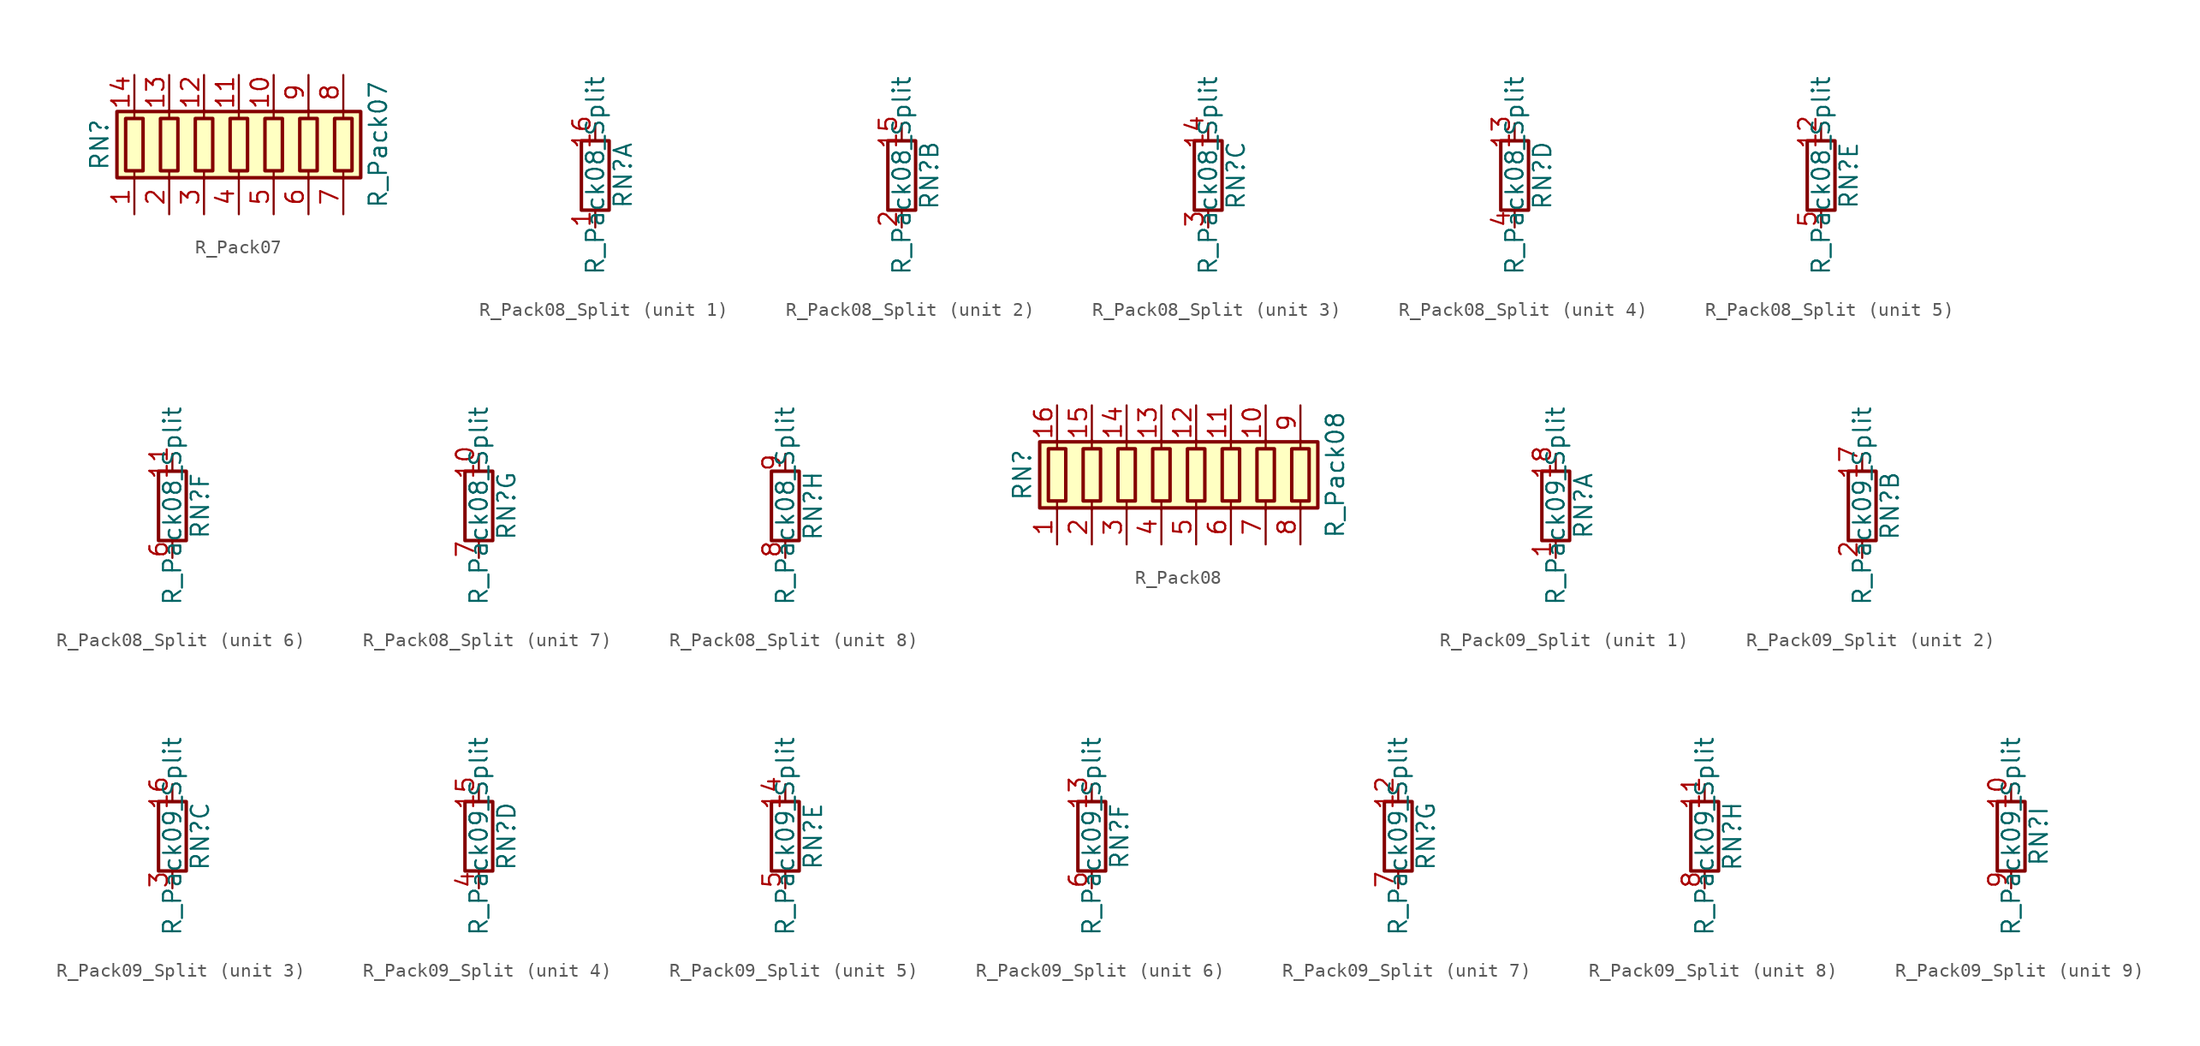
<source format=kicad_sym>
(kicad_symbol_lib
  (version 20241209)
  (generator "kicad_symbol_editor")
  (generator_version "9.0")
  (symbol "R_Pack07"
    (pin_names
      (offset 0)
      (hide yes))
    (property "Reference" "RN"
      (at -10.16 0 90)
      (effects (font (size 1.27 1.27))))
    (property "Value" "R_Pack07"
      (at 10.16 0 90)
      (effects (font (size 1.27 1.27))))
    (symbol "R_Pack07_0_1"
      (rectangle (start -8.89 -2.413) (end 8.89 2.413) (stroke (width 0.254) (type solid)) (fill (type background)))
      (rectangle (start -8.255 1.905) (end -6.985 -1.905) (stroke (width 0.254) (type solid)) (fill (type none)))
      (polyline (pts (xy -7.62 1.905) (xy -7.62 2.54)) (stroke (width 0) (type solid)) (fill (type none)))
      (polyline (pts (xy -7.62 -2.54) (xy -7.62 -1.905)) (stroke (width 0) (type solid)) (fill (type none)))
      (rectangle (start -5.715 1.905) (end -4.445 -1.905) (stroke (width 0.254) (type solid)) (fill (type none)))
      (polyline (pts (xy -5.08 1.905) (xy -5.08 2.54)) (stroke (width 0) (type solid)) (fill (type none)))
      (polyline (pts (xy -5.08 -2.54) (xy -5.08 -1.905)) (stroke (width 0) (type solid)) (fill (type none)))
      (rectangle (start -3.175 1.905) (end -1.905 -1.905) (stroke (width 0.254) (type solid)) (fill (type none)))
      (polyline (pts (xy -2.54 1.905) (xy -2.54 2.54)) (stroke (width 0) (type solid)) (fill (type none)))
      (polyline (pts (xy -2.54 -2.54) (xy -2.54 -1.905)) (stroke (width 0) (type solid)) (fill (type none)))
      (rectangle (start -0.635 1.905) (end 0.635 -1.905) (stroke (width 0.254) (type solid)) (fill (type none)))
      (polyline (pts (xy 0 1.905) (xy 0 2.54)) (stroke (width 0) (type solid)) (fill (type none)))
      (polyline (pts (xy 0 -2.54) (xy 0 -1.905)) (stroke (width 0) (type solid)) (fill (type none)))
      (rectangle (start 1.905 1.905) (end 3.175 -1.905) (stroke (width 0.254) (type solid)) (fill (type none)))
      (polyline (pts (xy 2.54 1.905) (xy 2.54 2.54)) (stroke (width 0) (type solid)) (fill (type none)))
      (polyline (pts (xy 2.54 -2.54) (xy 2.54 -1.905)) (stroke (width 0) (type solid)) (fill (type none)))
      (rectangle (start 4.445 1.905) (end 5.715 -1.905) (stroke (width 0.254) (type solid)) (fill (type none)))
      (polyline (pts (xy 5.08 1.905) (xy 5.08 2.54)) (stroke (width 0) (type solid)) (fill (type none)))
      (polyline (pts (xy 5.08 -2.54) (xy 5.08 -1.905)) (stroke (width 0) (type solid)) (fill (type none)))
      (rectangle (start 6.985 1.905) (end 8.255 -1.905) (stroke (width 0.254) (type solid)) (fill (type none)))
      (polyline (pts (xy 7.62 1.905) (xy 7.62 2.54)) (stroke (width 0) (type solid)) (fill (type none)))
      (polyline (pts (xy 7.62 -2.54) (xy 7.62 -1.905)) (stroke (width 0) (type solid)) (fill (type none))))
    (symbol "R_Pack07_1_1"
      (pin passive line (at -7.62 5.08 270) (length 2.54) (name "R1.2" (effects (font (size 1.27 1.27)))) (number "14" (effects (font (size 1.27 1.27)))))
      (pin passive line (at -7.62 -5.08 90) (length 2.54) (name "R1.1" (effects (font (size 1.27 1.27)))) (number "1" (effects (font (size 1.27 1.27)))))
      (pin passive line (at -5.08 5.08 270) (length 2.54) (name "R2.2" (effects (font (size 1.27 1.27)))) (number "13" (effects (font (size 1.27 1.27)))))
      (pin passive line (at -5.08 -5.08 90) (length 2.54) (name "R2.1" (effects (font (size 1.27 1.27)))) (number "2" (effects (font (size 1.27 1.27)))))
      (pin passive line (at -2.54 5.08 270) (length 2.54) (name "R3.2" (effects (font (size 1.27 1.27)))) (number "12" (effects (font (size 1.27 1.27)))))
      (pin passive line (at -2.54 -5.08 90) (length 2.54) (name "R3.1" (effects (font (size 1.27 1.27)))) (number "3" (effects (font (size 1.27 1.27)))))
      (pin passive line (at 0 5.08 270) (length 2.54) (name "R4.2" (effects (font (size 1.27 1.27)))) (number "11" (effects (font (size 1.27 1.27)))))
      (pin passive line (at 0 -5.08 90) (length 2.54) (name "R4.1" (effects (font (size 1.27 1.27)))) (number "4" (effects (font (size 1.27 1.27)))))
      (pin passive line (at 2.54 5.08 270) (length 2.54) (name "R5.2" (effects (font (size 1.27 1.27)))) (number "10" (effects (font (size 1.27 1.27)))))
      (pin passive line (at 2.54 -5.08 90) (length 2.54) (name "R5.1" (effects (font (size 1.27 1.27)))) (number "5" (effects (font (size 1.27 1.27)))))
      (pin passive line (at 5.08 5.08 270) (length 2.54) (name "R6.2" (effects (font (size 1.27 1.27)))) (number "9" (effects (font (size 1.27 1.27)))))
      (pin passive line (at 5.08 -5.08 90) (length 2.54) (name "R6.1" (effects (font (size 1.27 1.27)))) (number "6" (effects (font (size 1.27 1.27)))))
      (pin passive line (at 7.62 5.08 270) (length 2.54) (name "R7.2" (effects (font (size 1.27 1.27)))) (number "8" (effects (font (size 1.27 1.27)))))
      (pin passive line (at 7.62 -5.08 90) (length 2.54) (name "R7.1" (effects (font (size 1.27 1.27)))) (number "7" (effects (font (size 1.27 1.27)))))))
  (symbol "R_Pack08_Split"
    (pin_names
      (offset 0)
      (hide yes))
    (property "Reference" "RN"
      (at 2.032 0 90)
      (effects (font (size 1.27 1.27))))
    (property "Value" "R_Pack08_Split"
      (at 0 0 90)
      (effects (font (size 1.27 1.27))))
    (symbol "R_Pack08_Split_0_1"
      (rectangle (start 1.016 2.54) (end -1.016 -2.54) (stroke (width 0.254) (type solid)) (fill (type none))))
    (symbol "R_Pack08_Split_1_1"
      (pin passive line (at 0 3.81 270) (length 1.27) (name "R1.2" (effects (font (size 1.27 1.27)))) (number "16" (effects (font (size 1.27 1.27)))))
      (pin passive line (at 0 -3.81 90) (length 1.27) (name "R1.1" (effects (font (size 1.27 1.27)))) (number "1" (effects (font (size 1.27 1.27))))))
    (symbol "R_Pack08_Split_2_1"
      (pin passive line (at 0 3.81 270) (length 1.27) (name "R2.2" (effects (font (size 1.27 1.27)))) (number "15" (effects (font (size 1.27 1.27)))))
      (pin passive line (at 0 -3.81 90) (length 1.27) (name "R2.1" (effects (font (size 1.27 1.27)))) (number "2" (effects (font (size 1.27 1.27))))))
    (symbol "R_Pack08_Split_3_1"
      (pin passive line (at 0 3.81 270) (length 1.27) (name "R3.2" (effects (font (size 1.27 1.27)))) (number "14" (effects (font (size 1.27 1.27)))))
      (pin passive line (at 0 -3.81 90) (length 1.27) (name "R3.1" (effects (font (size 1.27 1.27)))) (number "3" (effects (font (size 1.27 1.27))))))
    (symbol "R_Pack08_Split_4_1"
      (pin passive line (at 0 3.81 270) (length 1.27) (name "R4.2" (effects (font (size 1.27 1.27)))) (number "13" (effects (font (size 1.27 1.27)))))
      (pin passive line (at 0 -3.81 90) (length 1.27) (name "R4.1" (effects (font (size 1.27 1.27)))) (number "4" (effects (font (size 1.27 1.27))))))
    (symbol "R_Pack08_Split_5_1"
      (pin passive line (at 0 3.81 270) (length 1.27) (name "R5.2" (effects (font (size 1.27 1.27)))) (number "12" (effects (font (size 1.27 1.27)))))
      (pin passive line (at 0 -3.81 90) (length 1.27) (name "R5.1" (effects (font (size 1.27 1.27)))) (number "5" (effects (font (size 1.27 1.27))))))
    (symbol "R_Pack08_Split_6_1"
      (pin passive line (at 0 3.81 270) (length 1.27) (name "R6.2" (effects (font (size 1.27 1.27)))) (number "11" (effects (font (size 1.27 1.27)))))
      (pin passive line (at 0 -3.81 90) (length 1.27) (name "R6.1" (effects (font (size 1.27 1.27)))) (number "6" (effects (font (size 1.27 1.27))))))
    (symbol "R_Pack08_Split_7_1"
      (pin passive line (at 0 3.81 270) (length 1.27) (name "R7.2" (effects (font (size 1.27 1.27)))) (number "10" (effects (font (size 1.27 1.27)))))
      (pin passive line (at 0 -3.81 90) (length 1.27) (name "R7.1" (effects (font (size 1.27 1.27)))) (number "7" (effects (font (size 1.27 1.27))))))
    (symbol "R_Pack08_Split_8_1"
      (pin passive line (at 0 3.81 270) (length 1.27) (name "R8.2" (effects (font (size 1.27 1.27)))) (number "9" (effects (font (size 1.27 1.27)))))
      (pin passive line (at 0 -3.81 90) (length 1.27) (name "R8.1" (effects (font (size 1.27 1.27)))) (number "8" (effects (font (size 1.27 1.27)))))))
  (symbol "R_Pack08"
    (pin_names
      (offset 0)
      (hide yes))
    (property "Reference" "RN"
      (at -12.7 0 90)
      (effects (font (size 1.27 1.27))))
    (property "Value" "R_Pack08"
      (at 10.16 0 90)
      (effects (font (size 1.27 1.27))))
    (symbol "R_Pack08_0_1"
      (rectangle (start -11.43 -2.413) (end 8.89 2.413) (stroke (width 0.254) (type solid)) (fill (type background)))
      (rectangle (start -10.795 1.905) (end -9.525 -1.905) (stroke (width 0.254) (type solid)) (fill (type none)))
      (polyline (pts (xy -10.16 1.905) (xy -10.16 2.54)) (stroke (width 0) (type solid)) (fill (type none)))
      (polyline (pts (xy -10.16 -2.54) (xy -10.16 -1.905)) (stroke (width 0) (type solid)) (fill (type none)))
      (rectangle (start -8.255 1.905) (end -6.985 -1.905) (stroke (width 0.254) (type solid)) (fill (type none)))
      (polyline (pts (xy -7.62 1.905) (xy -7.62 2.54)) (stroke (width 0) (type solid)) (fill (type none)))
      (polyline (pts (xy -7.62 -2.54) (xy -7.62 -1.905)) (stroke (width 0) (type solid)) (fill (type none)))
      (rectangle (start -5.715 1.905) (end -4.445 -1.905) (stroke (width 0.254) (type solid)) (fill (type none)))
      (polyline (pts (xy -5.08 1.905) (xy -5.08 2.54)) (stroke (width 0) (type solid)) (fill (type none)))
      (polyline (pts (xy -5.08 -2.54) (xy -5.08 -1.905)) (stroke (width 0) (type solid)) (fill (type none)))
      (rectangle (start -3.175 1.905) (end -1.905 -1.905) (stroke (width 0.254) (type solid)) (fill (type none)))
      (polyline (pts (xy -2.54 1.905) (xy -2.54 2.54)) (stroke (width 0) (type solid)) (fill (type none)))
      (polyline (pts (xy -2.54 -2.54) (xy -2.54 -1.905)) (stroke (width 0) (type solid)) (fill (type none)))
      (rectangle (start -0.635 1.905) (end 0.635 -1.905) (stroke (width 0.254) (type solid)) (fill (type none)))
      (polyline (pts (xy 0 1.905) (xy 0 2.54)) (stroke (width 0) (type solid)) (fill (type none)))
      (polyline (pts (xy 0 -2.54) (xy 0 -1.905)) (stroke (width 0) (type solid)) (fill (type none)))
      (rectangle (start 1.905 1.905) (end 3.175 -1.905) (stroke (width 0.254) (type solid)) (fill (type none)))
      (polyline (pts (xy 2.54 1.905) (xy 2.54 2.54)) (stroke (width 0) (type solid)) (fill (type none)))
      (polyline (pts (xy 2.54 -2.54) (xy 2.54 -1.905)) (stroke (width 0) (type solid)) (fill (type none)))
      (rectangle (start 4.445 1.905) (end 5.715 -1.905) (stroke (width 0.254) (type solid)) (fill (type none)))
      (polyline (pts (xy 5.08 1.905) (xy 5.08 2.54)) (stroke (width 0) (type solid)) (fill (type none)))
      (polyline (pts (xy 5.08 -2.54) (xy 5.08 -1.905)) (stroke (width 0) (type solid)) (fill (type none)))
      (rectangle (start 6.985 1.905) (end 8.255 -1.905) (stroke (width 0.254) (type solid)) (fill (type none)))
      (polyline (pts (xy 7.62 1.905) (xy 7.62 2.54)) (stroke (width 0) (type solid)) (fill (type none)))
      (polyline (pts (xy 7.62 -2.54) (xy 7.62 -1.905)) (stroke (width 0) (type solid)) (fill (type none))))
    (symbol "R_Pack08_1_1"
      (pin passive line (at -10.16 5.08 270) (length 2.54) (name "R1.2" (effects (font (size 1.27 1.27)))) (number "16" (effects (font (size 1.27 1.27)))))
      (pin passive line (at -10.16 -5.08 90) (length 2.54) (name "R1.1" (effects (font (size 1.27 1.27)))) (number "1" (effects (font (size 1.27 1.27)))))
      (pin passive line (at -7.62 5.08 270) (length 2.54) (name "R2.2" (effects (font (size 1.27 1.27)))) (number "15" (effects (font (size 1.27 1.27)))))
      (pin passive line (at -7.62 -5.08 90) (length 2.54) (name "R2.1" (effects (font (size 1.27 1.27)))) (number "2" (effects (font (size 1.27 1.27)))))
      (pin passive line (at -5.08 5.08 270) (length 2.54) (name "R3.2" (effects (font (size 1.27 1.27)))) (number "14" (effects (font (size 1.27 1.27)))))
      (pin passive line (at -5.08 -5.08 90) (length 2.54) (name "R3.1" (effects (font (size 1.27 1.27)))) (number "3" (effects (font (size 1.27 1.27)))))
      (pin passive line (at -2.54 5.08 270) (length 2.54) (name "R4.2" (effects (font (size 1.27 1.27)))) (number "13" (effects (font (size 1.27 1.27)))))
      (pin passive line (at -2.54 -5.08 90) (length 2.54) (name "R4.1" (effects (font (size 1.27 1.27)))) (number "4" (effects (font (size 1.27 1.27)))))
      (pin passive line (at 0 5.08 270) (length 2.54) (name "R5.2" (effects (font (size 1.27 1.27)))) (number "12" (effects (font (size 1.27 1.27)))))
      (pin passive line (at 0 -5.08 90) (length 2.54) (name "R5.1" (effects (font (size 1.27 1.27)))) (number "5" (effects (font (size 1.27 1.27)))))
      (pin passive line (at 2.54 5.08 270) (length 2.54) (name "R6.2" (effects (font (size 1.27 1.27)))) (number "11" (effects (font (size 1.27 1.27)))))
      (pin passive line (at 2.54 -5.08 90) (length 2.54) (name "R6.1" (effects (font (size 1.27 1.27)))) (number "6" (effects (font (size 1.27 1.27)))))
      (pin passive line (at 5.08 5.08 270) (length 2.54) (name "R7.2" (effects (font (size 1.27 1.27)))) (number "10" (effects (font (size 1.27 1.27)))))
      (pin passive line (at 5.08 -5.08 90) (length 2.54) (name "R7.1" (effects (font (size 1.27 1.27)))) (number "7" (effects (font (size 1.27 1.27)))))
      (pin passive line (at 7.62 5.08 270) (length 2.54) (name "R8.2" (effects (font (size 1.27 1.27)))) (number "9" (effects (font (size 1.27 1.27)))))
      (pin passive line (at 7.62 -5.08 90) (length 2.54) (name "R8.1" (effects (font (size 1.27 1.27)))) (number "8" (effects (font (size 1.27 1.27)))))))
  (symbol "R_Pack09_Split"
    (pin_names
      (offset 0)
      (hide yes))
    (property "Reference" "RN"
      (at 2.032 0 90)
      (effects (font (size 1.27 1.27))))
    (property "Value" "R_Pack09_Split"
      (at 0 0 90)
      (effects (font (size 1.27 1.27))))
    (symbol "R_Pack09_Split_0_1"
      (rectangle (start 1.016 2.54) (end -1.016 -2.54) (stroke (width 0.254) (type solid)) (fill (type none))))
    (symbol "R_Pack09_Split_1_1"
      (pin passive line (at 0 3.81 270) (length 1.27) (name "R1.2" (effects (font (size 1.27 1.27)))) (number "18" (effects (font (size 1.27 1.27)))))
      (pin passive line (at 0 -3.81 90) (length 1.27) (name "R1.1" (effects (font (size 1.27 1.27)))) (number "1" (effects (font (size 1.27 1.27))))))
    (symbol "R_Pack09_Split_2_1"
      (pin passive line (at 0 3.81 270) (length 1.27) (name "R2.2" (effects (font (size 1.27 1.27)))) (number "17" (effects (font (size 1.27 1.27)))))
      (pin passive line (at 0 -3.81 90) (length 1.27) (name "R2.1" (effects (font (size 1.27 1.27)))) (number "2" (effects (font (size 1.27 1.27))))))
    (symbol "R_Pack09_Split_3_1"
      (pin passive line (at 0 3.81 270) (length 1.27) (name "R3.2" (effects (font (size 1.27 1.27)))) (number "16" (effects (font (size 1.27 1.27)))))
      (pin passive line (at 0 -3.81 90) (length 1.27) (name "R3.1" (effects (font (size 1.27 1.27)))) (number "3" (effects (font (size 1.27 1.27))))))
    (symbol "R_Pack09_Split_4_1"
      (pin passive line (at 0 3.81 270) (length 1.27) (name "R4.2" (effects (font (size 1.27 1.27)))) (number "15" (effects (font (size 1.27 1.27)))))
      (pin passive line (at 0 -3.81 90) (length 1.27) (name "R4.1" (effects (font (size 1.27 1.27)))) (number "4" (effects (font (size 1.27 1.27))))))
    (symbol "R_Pack09_Split_5_1"
      (pin passive line (at 0 3.81 270) (length 1.27) (name "R5.2" (effects (font (size 1.27 1.27)))) (number "14" (effects (font (size 1.27 1.27)))))
      (pin passive line (at 0 -3.81 90) (length 1.27) (name "R5.1" (effects (font (size 1.27 1.27)))) (number "5" (effects (font (size 1.27 1.27))))))
    (symbol "R_Pack09_Split_6_1"
      (pin passive line (at 0 3.81 270) (length 1.27) (name "R6.2" (effects (font (size 1.27 1.27)))) (number "13" (effects (font (size 1.27 1.27)))))
      (pin passive line (at 0 -3.81 90) (length 1.27) (name "R6.1" (effects (font (size 1.27 1.27)))) (number "6" (effects (font (size 1.27 1.27))))))
    (symbol "R_Pack09_Split_7_1"
      (pin passive line (at 0 3.81 270) (length 1.27) (name "R7.2" (effects (font (size 1.27 1.27)))) (number "12" (effects (font (size 1.27 1.27)))))
      (pin passive line (at 0 -3.81 90) (length 1.27) (name "R7.1" (effects (font (size 1.27 1.27)))) (number "7" (effects (font (size 1.27 1.27))))))
    (symbol "R_Pack09_Split_8_1"
      (pin passive line (at 0 3.81 270) (length 1.27) (name "R8.2" (effects (font (size 1.27 1.27)))) (number "11" (effects (font (size 1.27 1.27)))))
      (pin passive line (at 0 -3.81 90) (length 1.27) (name "R8.1" (effects (font (size 1.27 1.27)))) (number "8" (effects (font (size 1.27 1.27))))))
    (symbol "R_Pack09_Split_9_1"
      (pin passive line (at 0 3.81 270) (length 1.27) (name "R9.2" (effects (font (size 1.27 1.27)))) (number "10" (effects (font (size 1.27 1.27)))))
      (pin passive line (at 0 -3.81 90) (length 1.27) (name "R9.1" (effects (font (size 1.27 1.27)))) (number "9" (effects (font (size 1.27 1.27))))))))
</source>
